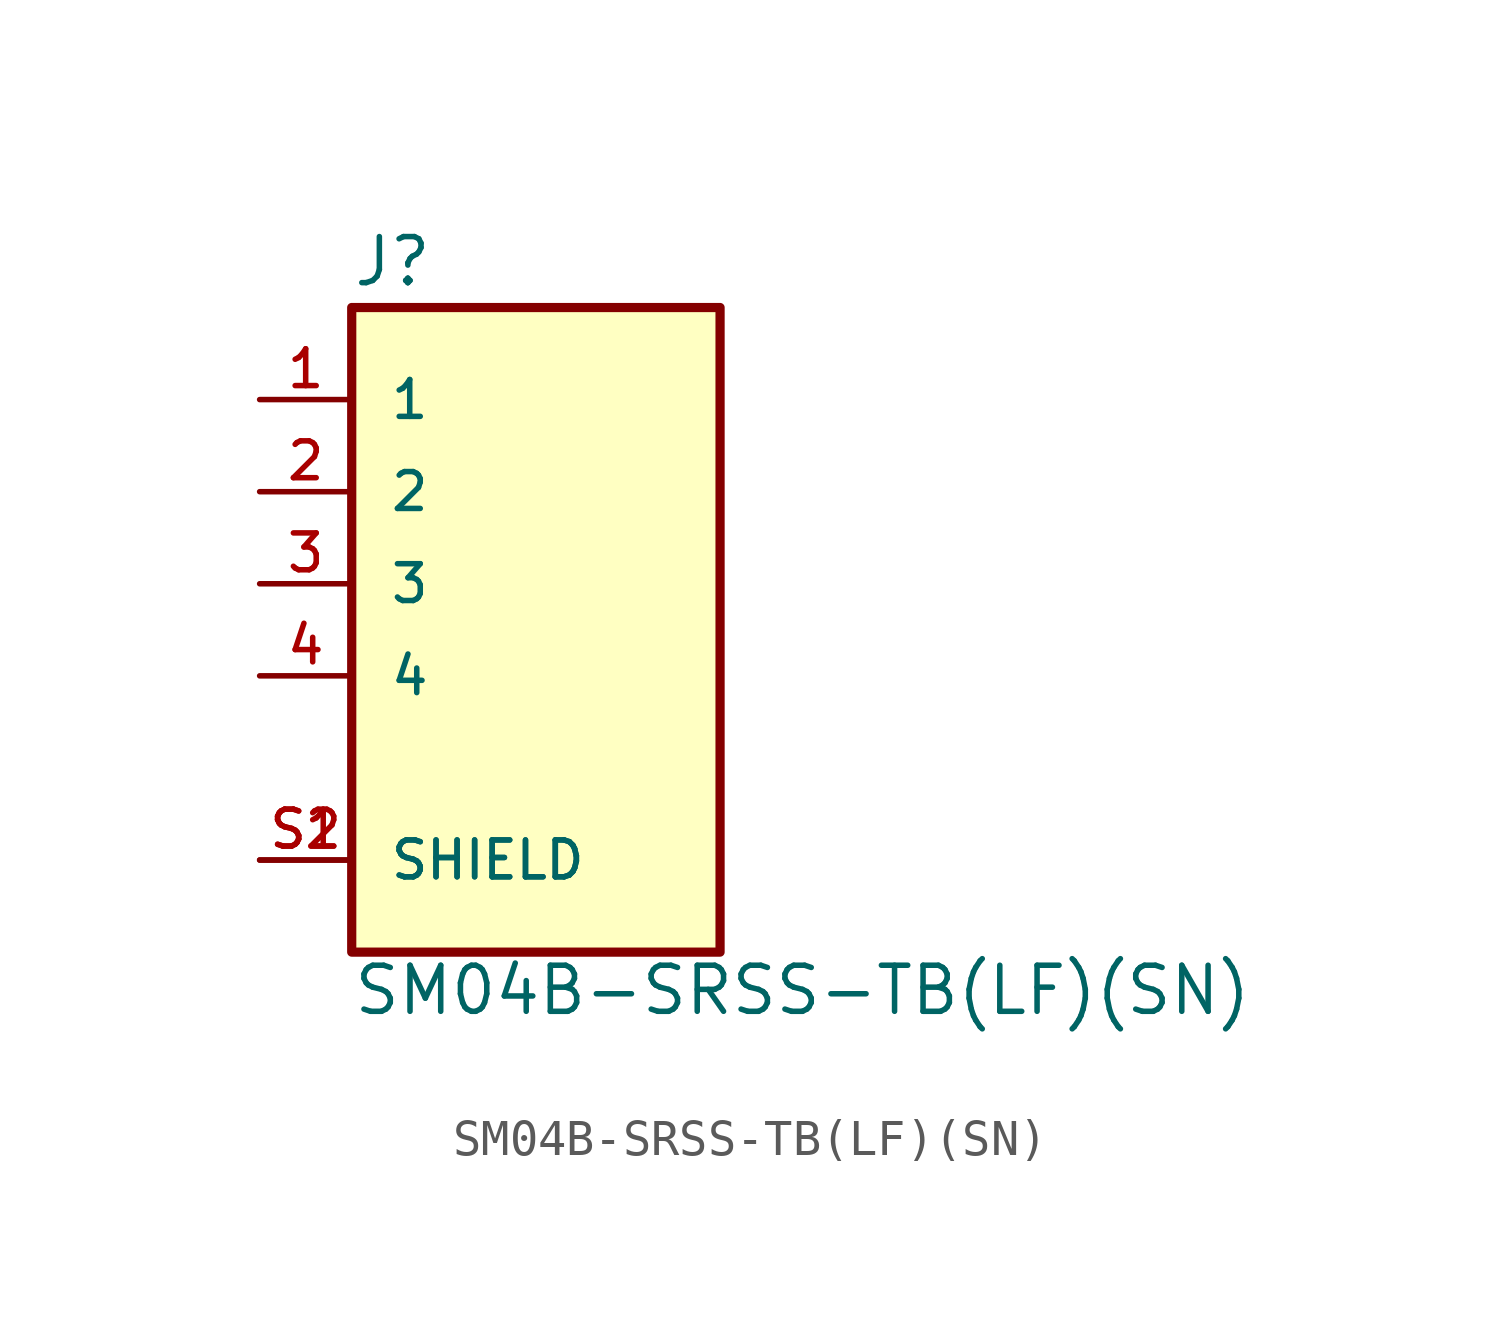
<source format=kicad_sym>
(kicad_symbol_lib
  (version 20211014)
  (generator kicad_symbol_editor)
  (symbol "SM04B-SRSS-TB(LF)(SN)"
    (pin_names
      (offset 1.016))
    (property "Reference" "J"
      (at -5.083 8.143 0)
      (effects (font (size 1.27 1.27)) (justify bottom left)))
    (property "Value" "SM04B-SRSS-TB(LF)(SN)"
      (at -5.084 -11.956 0)
      (effects (font (size 1.27 1.27)) (justify bottom left)))
    (symbol "SM04B-SRSS-TB(LF)(SN)_0_0"
      (rectangle (start -5.08 -10.16) (end 5.08 7.62) (stroke (width 0.254)) (fill (type background)))
      (pin passive line (at -7.62 5.08 0) (length 2.54) (name "1" (effects (font (size 1.016 1.016)))) (number "1" (effects (font (size 1.016 1.016)))))
      (pin passive line (at -7.62 2.54 0) (length 2.54) (name "2" (effects (font (size 1.016 1.016)))) (number "2" (effects (font (size 1.016 1.016)))))
      (pin passive line (at -7.62 0.0 0) (length 2.54) (name "3" (effects (font (size 1.016 1.016)))) (number "3" (effects (font (size 1.016 1.016)))))
      (pin passive line (at -7.62 -2.54 0) (length 2.54) (name "4" (effects (font (size 1.016 1.016)))) (number "4" (effects (font (size 1.016 1.016)))))
      (pin passive line (at -7.62 -7.62 0) (length 2.54) (name "SHIELD" (effects (font (size 1.016 1.016)))) (number "S1" (effects (font (size 1.016 1.016)))))
      (pin passive line (at -7.62 -7.62 0) (length 2.54) (name "SHIELD" (effects (font (size 1.016 1.016)))) (number "S2" (effects (font (size 1.016 1.016))))))))
</source>
